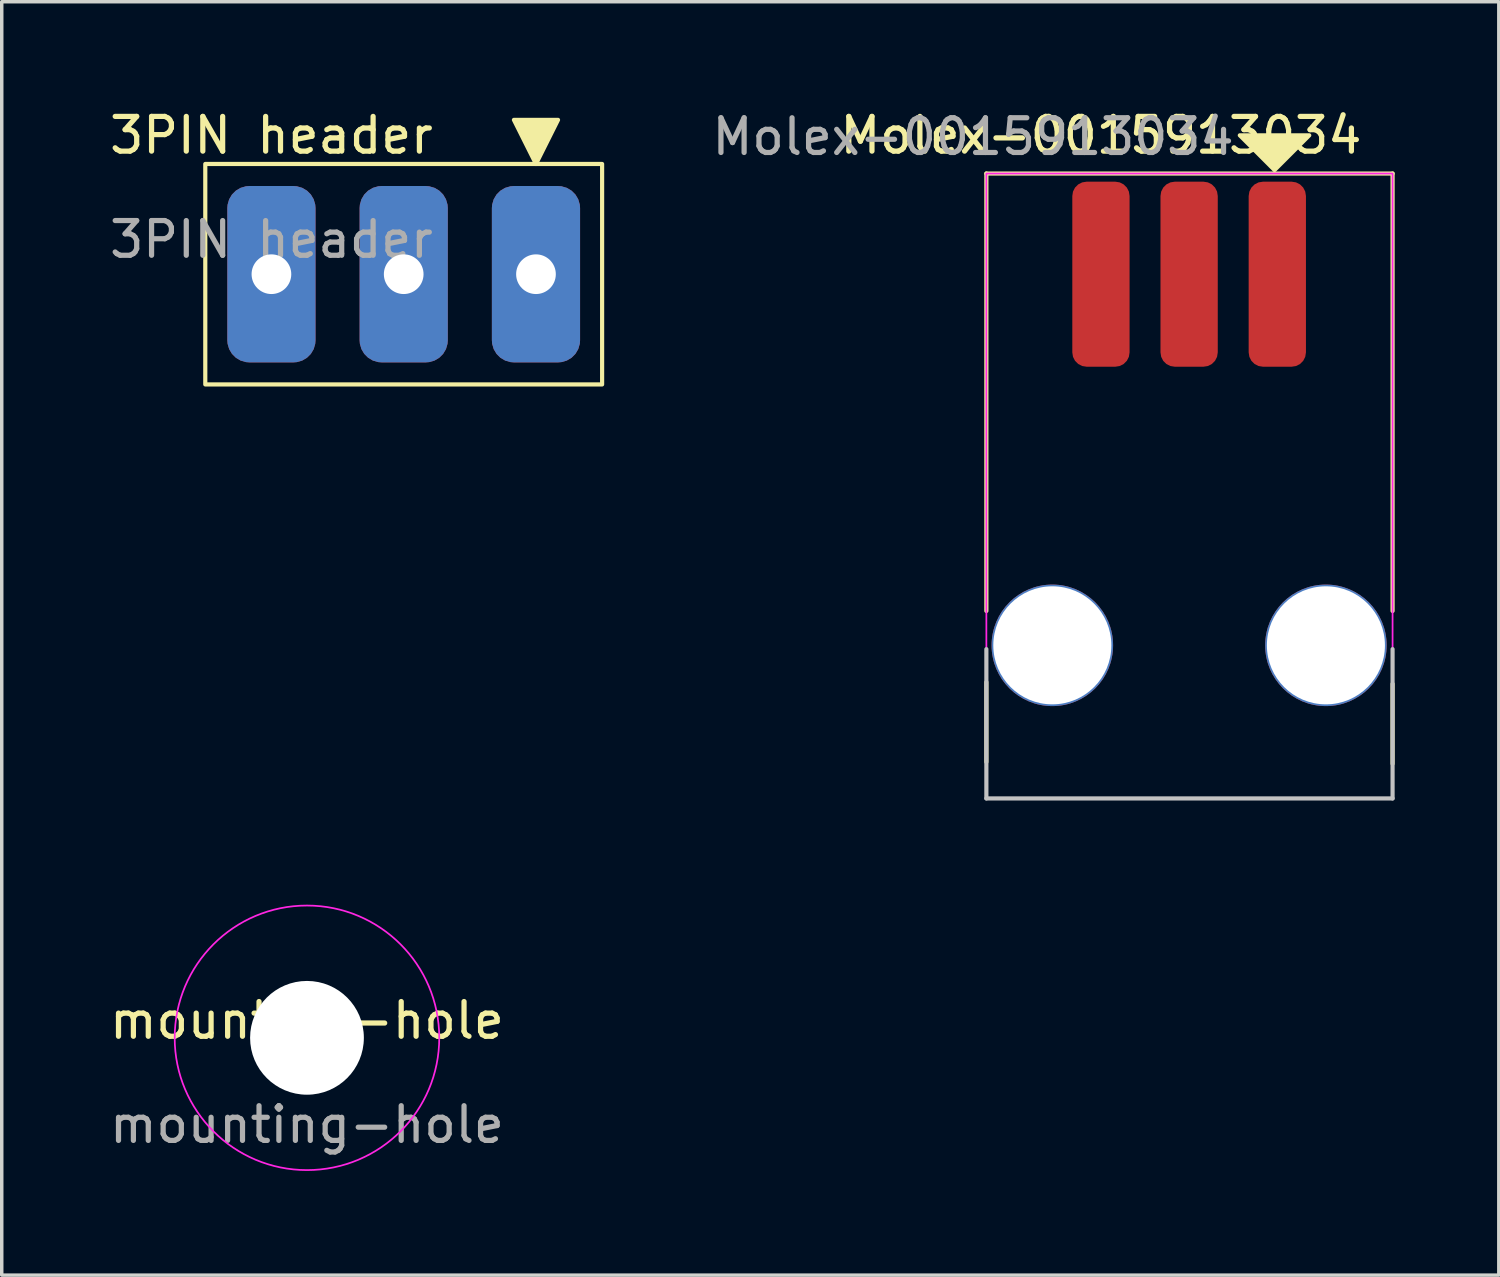
<source format=kicad_pcb>
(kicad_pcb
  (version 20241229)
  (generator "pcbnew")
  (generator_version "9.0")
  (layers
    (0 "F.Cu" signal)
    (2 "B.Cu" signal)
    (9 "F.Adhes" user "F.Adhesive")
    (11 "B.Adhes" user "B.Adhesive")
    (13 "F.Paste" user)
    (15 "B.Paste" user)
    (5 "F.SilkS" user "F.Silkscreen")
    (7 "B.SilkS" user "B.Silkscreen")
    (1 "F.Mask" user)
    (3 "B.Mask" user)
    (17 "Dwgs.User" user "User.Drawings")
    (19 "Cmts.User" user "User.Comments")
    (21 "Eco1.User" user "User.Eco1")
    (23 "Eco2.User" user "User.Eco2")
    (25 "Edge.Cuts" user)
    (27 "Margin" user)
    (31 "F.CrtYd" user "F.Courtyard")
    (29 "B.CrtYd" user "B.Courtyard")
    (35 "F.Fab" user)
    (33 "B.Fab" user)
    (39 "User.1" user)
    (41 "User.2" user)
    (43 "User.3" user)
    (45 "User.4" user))
  (footprint "Molex-0015913034"
    (layer "F.Cu")
    (at 28.661 4.848)
    (property "Reference" "Molex-0015913034" (at 0 -4 0) (unlocked yes) (layer "F.SilkS") (effects (font (size 1 1) (thickness 0.15))))
    (attr smd)
    (fp_line (start -3.3 -2.9) (end -3.3 9.7) (stroke (width 0.12) (type solid)) (layer "F.SilkS"))
    (fp_line (start -3.3 11.75) (end -3.3 14.05) (stroke (width 0.12) (type solid)) (layer "F.SilkS"))
    (fp_line (start 8.4 -2.9) (end -3.3 -2.9) (stroke (width 0.12) (type solid)) (layer "F.SilkS"))
    (fp_line (start 8.4 9.7) (end 8.4 -2.9) (stroke (width 0.12) (type solid)) (layer "F.SilkS"))
    (fp_line (start 8.4 11.8) (end 8.4 14.1) (stroke (width 0.12) (type solid)) (layer "F.SilkS"))
    (fp_poly (pts (xy 5 -3) (xy 4 -4) (xy 6 -4)) (stroke (width 0.12) (type solid)) (fill yes) (layer "F.SilkS"))
    (fp_line (start -3.3 15.1) (end -3.3 10.8) (stroke (width 0.12) (type solid)) (layer "Dwgs.User"))
    (fp_line (start 8.4 10.8) (end 8.4 15.1) (stroke (width 0.12) (type solid)) (layer "Dwgs.User"))
    (fp_line (start 8.4 15.1) (end -3.3 15.1) (stroke (width 0.12) (type solid)) (layer "Dwgs.User"))
    (fp_rect (start 8.4 15.1) (end -3.3 -2.9) (stroke (width 0.05) (type solid)) (fill no) (layer "F.CrtYd"))
    (fp_text user "${REFERENCE}" (at -3.683 -3.961 0) (unlocked yes) (layer "F.Fab") (effects (font (size 1 1) (thickness 0.15))))
    (pad "" np_thru_hole circle (at -1.4 10.69) (size 3.5 3.5) (drill 3.4) (layers "*.Cu" "*.Mask"))
    (pad "" np_thru_hole circle (at 6.48 10.69) (size 3.5 3.5) (drill 3.4) (layers "*.Cu" "*.Mask"))
    (pad "1" smd roundrect (at 5.08 0) (size 1.65 5.33) (layers "F.Cu" "F.Mask" "F.Paste") (roundrect_rratio 0.25))
    (pad "2" smd roundrect (at 2.54 0) (size 1.65 5.33) (layers "F.Cu" "F.Mask" "F.Paste") (roundrect_rratio 0.25))
    (pad "3" smd roundrect (at 0 0) (size 1.65 5.33) (layers "F.Cu" "F.Mask" "F.Paste") (roundrect_rratio 0.25)))
  (footprint "mounting-hole"
    (layer "F.Cu")
    (at 5.792 26.843)
    (property "Reference" "mounting-hole" (at 0 -0.5 0) (unlocked yes) (layer "F.SilkS") (effects (font (size 1 1) (thickness 0.15))))
    (attr through_hole)
    (fp_circle (center 0 0) (end -3.81 0) (stroke (width 0.05) (type solid)) (fill no) (layer "F.CrtYd"))
    (fp_text user "${REFERENCE}" (at 0 2.5 0) (unlocked yes) (layer "F.Fab") (effects (font (size 1 1) (thickness 0.15))))
    (pad "" np_thru_hole circle (at 0 0) (size 3.277 3.277) (drill 3.277) (layers "*.Cu" "*.Mask")))
  (footprint "3PIN header"
    (layer "F.Cu")
    (at 4.768 4.848)
    (property "Reference" "3PIN header" (at 0 -4 0) (unlocked yes) (layer "F.SilkS") (effects (font (size 1 1) (thickness 0.15))))
    (attr through_hole)
    (fp_rect (start -1.905 -3.175) (end 9.525 3.175) (stroke (width 0.12) (type solid)) (fill no) (layer "F.SilkS"))
    (fp_poly (pts (xy 7.62 -3.175) (xy 6.985 -4.445) (xy 8.255 -4.445)) (stroke (width 0.12) (type solid)) (fill yes) (layer "F.SilkS"))
    (fp_text user "${REFERENCE}" (at 0 -1 0) (unlocked yes) (layer "F.Fab") (effects (font (size 1 1) (thickness 0.15))))
    (pad "1" thru_hole roundrect (at 7.62 0) (size 2.54 5.08) (drill 1.143) (layers "*.Cu" "*.Mask") (roundrect_rratio 0.25))
    (pad "2" thru_hole roundrect (at 3.81 0) (size 2.54 5.08) (drill 1.143) (layers "*.Cu" "*.Mask") (roundrect_rratio 0.25))
    (pad "3" thru_hole roundrect (at 0 0) (size 2.54 5.08) (drill 1.143) (layers "*.Cu" "*.Mask") (roundrect_rratio 0.25)))
  (gr_rect
    (start -3 -3)
    (end 40.121 33.678)
    (stroke (width 0.1) (type default))
    (fill no)
    (layer "Edge.Cuts")))
</source>
